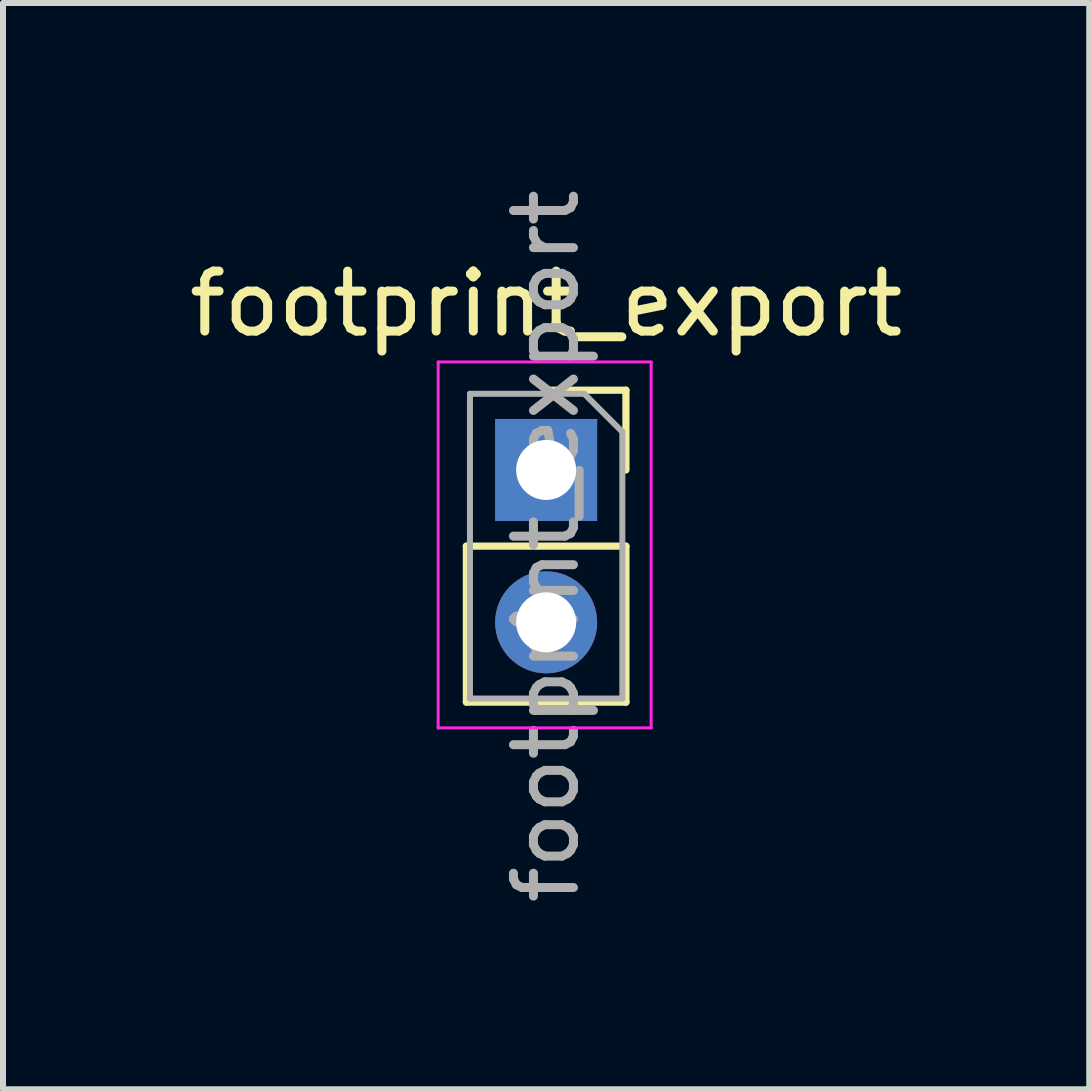
<source format=kicad_pcb>
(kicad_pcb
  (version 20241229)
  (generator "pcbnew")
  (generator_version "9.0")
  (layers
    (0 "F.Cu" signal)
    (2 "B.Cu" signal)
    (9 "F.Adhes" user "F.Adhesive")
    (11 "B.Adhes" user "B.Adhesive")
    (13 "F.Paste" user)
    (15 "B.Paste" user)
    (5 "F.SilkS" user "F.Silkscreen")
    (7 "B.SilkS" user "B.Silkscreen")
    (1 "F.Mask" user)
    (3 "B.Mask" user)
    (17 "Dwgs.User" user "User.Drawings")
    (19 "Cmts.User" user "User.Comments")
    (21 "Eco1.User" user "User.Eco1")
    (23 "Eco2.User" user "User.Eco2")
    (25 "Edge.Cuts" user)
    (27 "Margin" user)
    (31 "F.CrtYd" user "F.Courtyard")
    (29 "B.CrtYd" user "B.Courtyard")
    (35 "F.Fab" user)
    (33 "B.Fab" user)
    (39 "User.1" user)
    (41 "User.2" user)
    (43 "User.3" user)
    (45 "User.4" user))
  (footprint "footprint_export"
    (layer "F.Cu")
    (at 6.054 4.784)
    (property "Reference" "footprint_export" (at 0 -2.77 0) (layer "F.SilkS") (effects (font (size 1 1) (thickness 0.15))))
    (attr through_hole)
    (fp_line (start -1.33 1.27) (end -1.33 3.87) (stroke (width 0.12) (type solid)) (layer "F.SilkS"))
    (fp_line (start -1.33 1.27) (end 1.33 1.27) (stroke (width 0.12) (type solid)) (layer "F.SilkS"))
    (fp_line (start -1.33 3.87) (end 1.33 3.87) (stroke (width 0.12) (type solid)) (layer "F.SilkS"))
    (fp_line (start 0 -1.33) (end 1.33 -1.33) (stroke (width 0.12) (type solid)) (layer "F.SilkS"))
    (fp_line (start 1.33 -1.33) (end 1.33 0) (stroke (width 0.12) (type solid)) (layer "F.SilkS"))
    (fp_line (start 1.33 1.27) (end 1.33 3.87) (stroke (width 0.12) (type solid)) (layer "F.SilkS"))
    (fp_line (start -1.8 -1.8) (end 1.75 -1.8) (stroke (width 0.05) (type solid)) (layer "F.CrtYd"))
    (fp_line (start -1.8 4.3) (end -1.8 -1.8) (stroke (width 0.05) (type solid)) (layer "F.CrtYd"))
    (fp_line (start 1.75 -1.8) (end 1.75 4.3) (stroke (width 0.05) (type solid)) (layer "F.CrtYd"))
    (fp_line (start 1.75 4.3) (end -1.8 4.3) (stroke (width 0.05) (type solid)) (layer "F.CrtYd"))
    (fp_line (start -1.27 -1.27) (end 0.635 -1.27) (stroke (width 0.1) (type solid)) (layer "F.Fab"))
    (fp_line (start -1.27 3.81) (end -1.27 -1.27) (stroke (width 0.1) (type solid)) (layer "F.Fab"))
    (fp_line (start 0.635 -1.27) (end 1.27 -0.635) (stroke (width 0.1) (type solid)) (layer "F.Fab"))
    (fp_line (start 1.27 -0.635) (end 1.27 3.81) (stroke (width 0.1) (type solid)) (layer "F.Fab"))
    (fp_line (start 1.27 3.81) (end -1.27 3.81) (stroke (width 0.1) (type solid)) (layer "F.Fab"))
    (fp_text user "${REFERENCE}" (at 0 1.27 90) (layer "F.Fab") (effects (font (size 1 1) (thickness 0.15))))
    (pad "1" thru_hole rect (at 0 0) (size 1.7 1.7) (drill 1) (layers "*.Cu" "*.Mask"))
    (pad "2" thru_hole oval (at 0 2.54) (size 1.7 1.7) (drill 1) (layers "*.Cu" "*.Mask")))
  (gr_rect
    (start -3 -3)
    (end 15.107 15.107)
    (stroke (width 0.1) (type default))
    (fill no)
    (layer "Edge.Cuts")))
</source>
